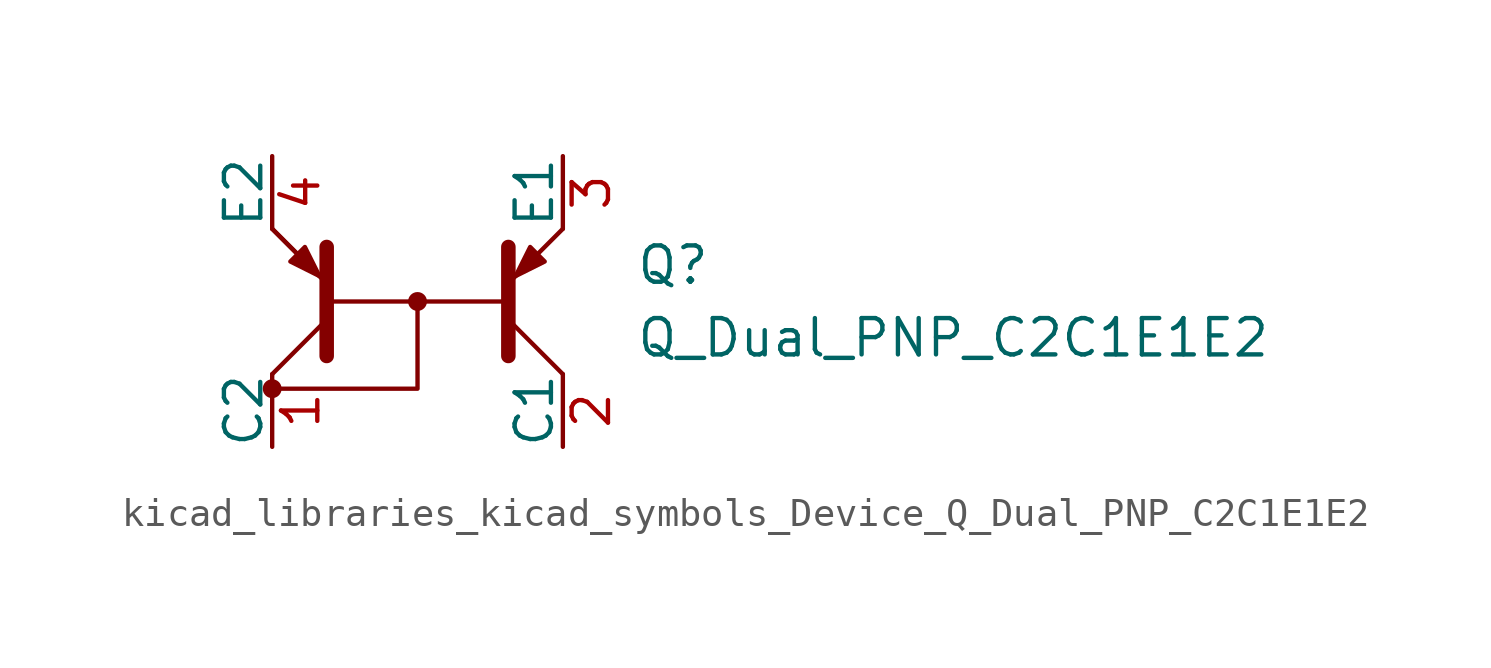
<source format=kicad_sym>
(kicad_symbol_lib
  (version 20220914)
  (generator kicad_symbol_editor)
  (symbol "kicad_libraries_kicad_symbols_Device_Q_Dual_PNP_C2C1E1E2"
    (pin_names
      (offset 0))
    (property "Reference" "Q"
      (at 7.62 1.27 0)
      (effects (font (size 1.27 1.27)) (justify left)))
    (property "Value" "Q_Dual_PNP_C2C1E1E2"
      (at 7.62 -1.27 0)
      (effects (font (size 1.27 1.27)) (justify left)))
    (symbol "kicad_libraries_kicad_symbols_Device_Q_Dual_PNP_C2C1E1E2_0_1"
      (circle (center -5.08 -3.048) (radius 0.254) (stroke (width 0) (type default)) (fill (type outline)))
      (polyline (pts (xy -5.08 -2.54) (xy -3.175 -0.635)) (stroke (width 0) (type default)) (fill (type none)))
      (polyline (pts (xy -5.08 2.54) (xy -3.175 0.635)) (stroke (width 0) (type default)) (fill (type none)))
      (polyline (pts (xy -5.08 2.54) (xy -3.175 0.635)) (stroke (width 0) (type default)) (fill (type none)))
      (polyline (pts (xy 3.175 0) (xy -3.175 0)) (stroke (width 0) (type default)) (fill (type none)))
      (polyline (pts (xy 5.08 -2.54) (xy 3.175 -0.635)) (stroke (width 0) (type default)) (fill (type none)))
      (polyline (pts (xy 5.08 2.54) (xy 3.175 0.635)) (stroke (width 0) (type default)) (fill (type none)))
      (polyline (pts (xy -3.175 -1.905) (xy -3.175 1.905) (xy -3.175 1.905)) (stroke (width 0.508) (type default)) (fill (type outline)))
      (polyline (pts (xy 0 0) (xy 0 -3.048) (xy -5.08 -3.048)) (stroke (width 0) (type default)) (fill (type none)))
      (polyline (pts (xy 3.175 -1.905) (xy 3.175 1.905) (xy 3.175 1.905)) (stroke (width 0.508) (type default)) (fill (type outline)))
      (polyline (pts (xy -3.937 1.905) (xy -4.445 1.397) (xy -3.429 0.889) (xy -3.937 1.905) (xy -3.937 1.905)) (stroke (width 0) (type default)) (fill (type outline)))
      (polyline (pts (xy 3.937 1.905) (xy 4.445 1.397) (xy 3.429 0.889) (xy 3.937 1.905) (xy 3.937 1.905)) (stroke (width 0) (type default)) (fill (type outline)))
      (circle (center 0 0) (radius 0.254) (stroke (width 0) (type default)) (fill (type outline))))
    (symbol "kicad_libraries_kicad_symbols_Device_Q_Dual_PNP_C2C1E1E2_1_1"
      (pin passive line (at -5.08 -5.08 90) (length 2.54) (name "C2" (effects (font (size 1.27 1.27)))) (number "1" (effects (font (size 1.27 1.27)))))
      (pin passive line (at 5.08 -5.08 90) (length 2.54) (name "C1" (effects (font (size 1.27 1.27)))) (number "2" (effects (font (size 1.27 1.27)))))
      (pin passive line (at 5.08 5.08 270) (length 2.54) (name "E1" (effects (font (size 1.27 1.27)))) (number "3" (effects (font (size 1.27 1.27)))))
      (pin passive line (at -5.08 5.08 270) (length 2.54) (name "E2" (effects (font (size 1.27 1.27)))) (number "4" (effects (font (size 1.27 1.27))))))))
</source>
